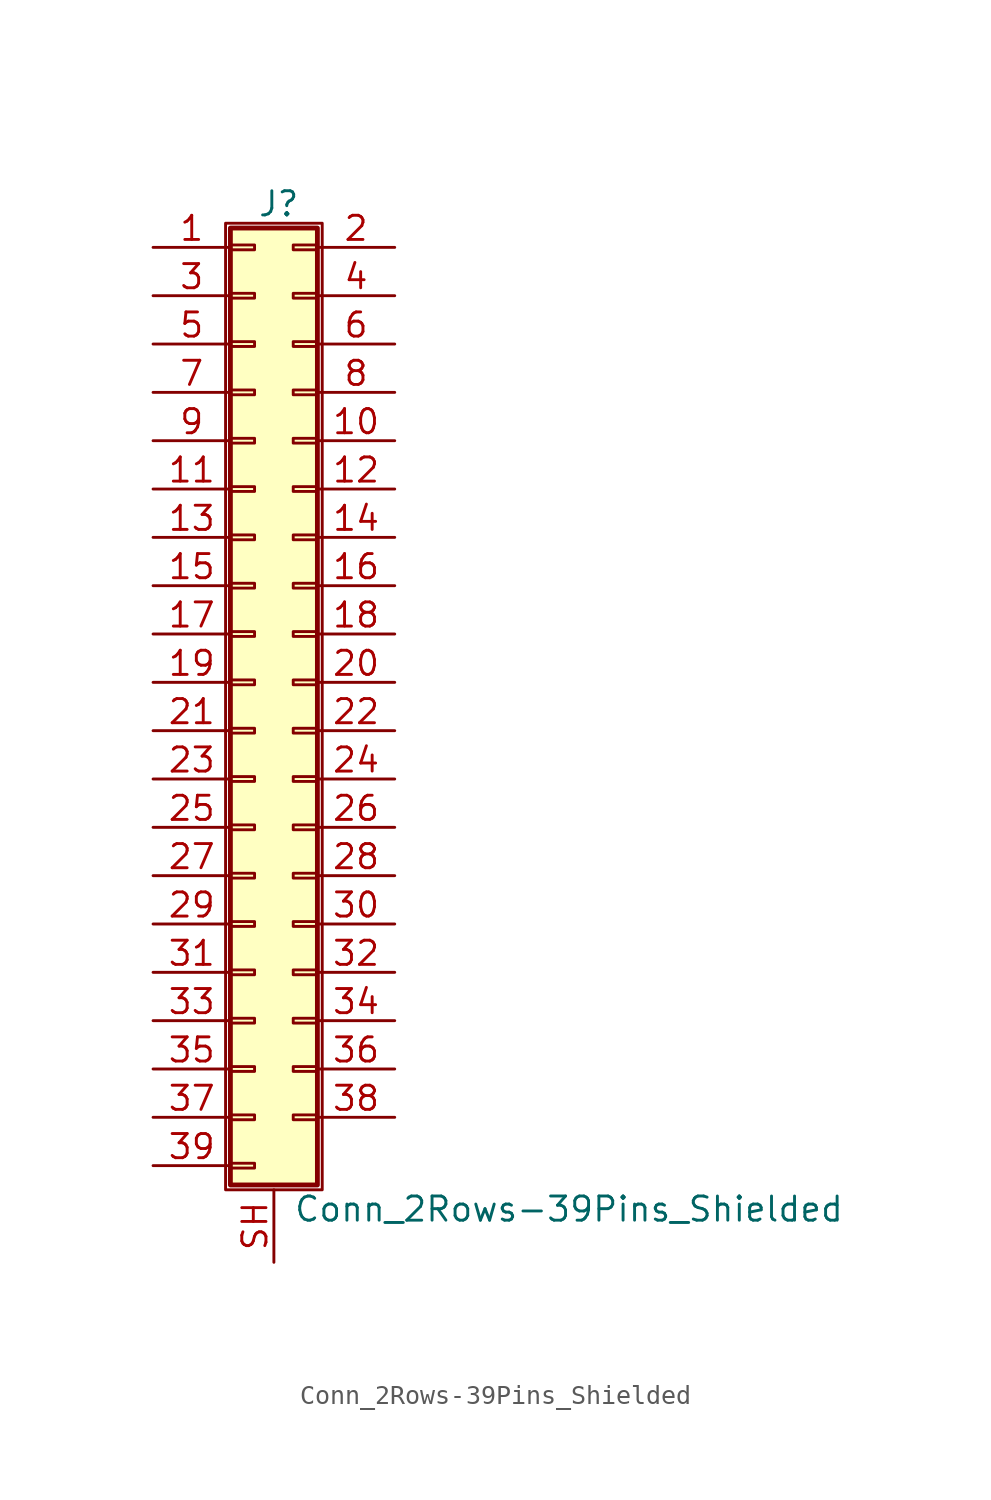
<source format=kicad_sym>
(kicad_symbol_lib
  (version 20220914)
  (generator kicad_symbol_editor)
  (symbol "Conn_2Rows-39Pins_Shielded"
    (pin_names
      (offset 1.016) hide)
    (property "Reference" "J"
      (at 1.524 25.146 0)
      (effects (font (size 1.27 1.27))))
    (property "Value" "Conn_2Rows-39Pins_Shielded"
      (at 2.286 -27.686 0)
      (effects (font (size 1.27 1.27)) (justify left)))
    (symbol "Conn_2Rows-39Pins_Shielded_1_1"
      (rectangle (start -1.27 24.13) (end 3.81 -26.67) (stroke (width 0.152) (type default)) (fill (type none)))
      (rectangle (start -1.016 -25.273) (end 0.254 -25.527) (stroke (width 0.152) (type default)) (fill (type none)))
      (rectangle (start -1.016 -22.733) (end 0.254 -22.987) (stroke (width 0.152) (type default)) (fill (type none)))
      (rectangle (start -1.016 -20.193) (end 0.254 -20.447) (stroke (width 0.152) (type default)) (fill (type none)))
      (rectangle (start -1.016 -17.653) (end 0.254 -17.907) (stroke (width 0.152) (type default)) (fill (type none)))
      (rectangle (start -1.016 -15.113) (end 0.254 -15.367) (stroke (width 0.152) (type default)) (fill (type none)))
      (rectangle (start -1.016 -12.573) (end 0.254 -12.827) (stroke (width 0.152) (type default)) (fill (type none)))
      (rectangle (start -1.016 -10.033) (end 0.254 -10.287) (stroke (width 0.152) (type default)) (fill (type none)))
      (rectangle (start -1.016 -7.493) (end 0.254 -7.747) (stroke (width 0.152) (type default)) (fill (type none)))
      (rectangle (start -1.016 -4.953) (end 0.254 -5.207) (stroke (width 0.152) (type default)) (fill (type none)))
      (rectangle (start -1.016 -2.413) (end 0.254 -2.667) (stroke (width 0.152) (type default)) (fill (type none)))
      (rectangle (start -1.016 0.127) (end 0.254 -0.127) (stroke (width 0.152) (type default)) (fill (type none)))
      (rectangle (start -1.016 2.667) (end 0.254 2.413) (stroke (width 0.152) (type default)) (fill (type none)))
      (rectangle (start -1.016 5.207) (end 0.254 4.953) (stroke (width 0.152) (type default)) (fill (type none)))
      (rectangle (start -1.016 7.747) (end 0.254 7.493) (stroke (width 0.152) (type default)) (fill (type none)))
      (rectangle (start -1.016 10.287) (end 0.254 10.033) (stroke (width 0.152) (type default)) (fill (type none)))
      (rectangle (start -1.016 12.827) (end 0.254 12.573) (stroke (width 0.152) (type default)) (fill (type none)))
      (rectangle (start -1.016 15.367) (end 0.254 15.113) (stroke (width 0.152) (type default)) (fill (type none)))
      (rectangle (start -1.016 17.907) (end 0.254 17.653) (stroke (width 0.152) (type default)) (fill (type none)))
      (rectangle (start -1.016 20.447) (end 0.254 20.193) (stroke (width 0.152) (type default)) (fill (type none)))
      (rectangle (start -1.016 22.987) (end 0.254 22.733) (stroke (width 0.152) (type default)) (fill (type none)))
      (rectangle (start -1.016 23.876) (end 3.556 -26.416) (stroke (width 0.254) (type default)) (fill (type background)))
      (rectangle (start 3.556 -22.733) (end 2.286 -22.987) (stroke (width 0.152) (type default)) (fill (type none)))
      (rectangle (start 3.556 -20.193) (end 2.286 -20.447) (stroke (width 0.152) (type default)) (fill (type none)))
      (rectangle (start 3.556 -17.653) (end 2.286 -17.907) (stroke (width 0.152) (type default)) (fill (type none)))
      (rectangle (start 3.556 -15.113) (end 2.286 -15.367) (stroke (width 0.152) (type default)) (fill (type none)))
      (rectangle (start 3.556 -12.573) (end 2.286 -12.827) (stroke (width 0.152) (type default)) (fill (type none)))
      (rectangle (start 3.556 -10.033) (end 2.286 -10.287) (stroke (width 0.152) (type default)) (fill (type none)))
      (rectangle (start 3.556 -7.493) (end 2.286 -7.747) (stroke (width 0.152) (type default)) (fill (type none)))
      (rectangle (start 3.556 -4.953) (end 2.286 -5.207) (stroke (width 0.152) (type default)) (fill (type none)))
      (rectangle (start 3.556 -2.413) (end 2.286 -2.667) (stroke (width 0.152) (type default)) (fill (type none)))
      (rectangle (start 3.556 0.127) (end 2.286 -0.127) (stroke (width 0.152) (type default)) (fill (type none)))
      (rectangle (start 3.556 2.667) (end 2.286 2.413) (stroke (width 0.152) (type default)) (fill (type none)))
      (rectangle (start 3.556 5.207) (end 2.286 4.953) (stroke (width 0.152) (type default)) (fill (type none)))
      (rectangle (start 3.556 7.747) (end 2.286 7.493) (stroke (width 0.152) (type default)) (fill (type none)))
      (rectangle (start 3.556 10.287) (end 2.286 10.033) (stroke (width 0.152) (type default)) (fill (type none)))
      (rectangle (start 3.556 12.827) (end 2.286 12.573) (stroke (width 0.152) (type default)) (fill (type none)))
      (rectangle (start 3.556 15.367) (end 2.286 15.113) (stroke (width 0.152) (type default)) (fill (type none)))
      (rectangle (start 3.556 17.907) (end 2.286 17.653) (stroke (width 0.152) (type default)) (fill (type none)))
      (rectangle (start 3.556 20.447) (end 2.286 20.193) (stroke (width 0.152) (type default)) (fill (type none)))
      (rectangle (start 3.556 22.987) (end 2.286 22.733) (stroke (width 0.152) (type default)) (fill (type none)))
      (pin passive line (at -5.08 22.86 0) (length 4.064) (name "Pin_1" (effects (font (size 1.27 1.27)))) (number "1" (effects (font (size 1.27 1.27)))))
      (pin passive line (at 7.62 12.7 180) (length 4.064) (name "Pin_10" (effects (font (size 1.27 1.27)))) (number "10" (effects (font (size 1.27 1.27)))))
      (pin passive line (at -5.08 10.16 0) (length 4.064) (name "Pin_11" (effects (font (size 1.27 1.27)))) (number "11" (effects (font (size 1.27 1.27)))))
      (pin passive line (at 7.62 10.16 180) (length 4.064) (name "Pin_12" (effects (font (size 1.27 1.27)))) (number "12" (effects (font (size 1.27 1.27)))))
      (pin passive line (at -5.08 7.62 0) (length 4.064) (name "Pin_13" (effects (font (size 1.27 1.27)))) (number "13" (effects (font (size 1.27 1.27)))))
      (pin passive line (at 7.62 7.62 180) (length 4.064) (name "Pin_14" (effects (font (size 1.27 1.27)))) (number "14" (effects (font (size 1.27 1.27)))))
      (pin passive line (at -5.08 5.08 0) (length 4.064) (name "Pin_15" (effects (font (size 1.27 1.27)))) (number "15" (effects (font (size 1.27 1.27)))))
      (pin passive line (at 7.62 5.08 180) (length 4.064) (name "Pin_16" (effects (font (size 1.27 1.27)))) (number "16" (effects (font (size 1.27 1.27)))))
      (pin passive line (at -5.08 2.54 0) (length 4.064) (name "Pin_17" (effects (font (size 1.27 1.27)))) (number "17" (effects (font (size 1.27 1.27)))))
      (pin passive line (at 7.62 2.54 180) (length 4.064) (name "Pin_18" (effects (font (size 1.27 1.27)))) (number "18" (effects (font (size 1.27 1.27)))))
      (pin passive line (at -5.08 0 0) (length 4.064) (name "Pin_19" (effects (font (size 1.27 1.27)))) (number "19" (effects (font (size 1.27 1.27)))))
      (pin passive line (at 7.62 22.86 180) (length 4.064) (name "Pin_2" (effects (font (size 1.27 1.27)))) (number "2" (effects (font (size 1.27 1.27)))))
      (pin passive line (at 7.62 0 180) (length 4.064) (name "Pin_20" (effects (font (size 1.27 1.27)))) (number "20" (effects (font (size 1.27 1.27)))))
      (pin passive line (at -5.08 -2.54 0) (length 4.064) (name "Pin_21" (effects (font (size 1.27 1.27)))) (number "21" (effects (font (size 1.27 1.27)))))
      (pin passive line (at 7.62 -2.54 180) (length 4.064) (name "Pin_22" (effects (font (size 1.27 1.27)))) (number "22" (effects (font (size 1.27 1.27)))))
      (pin passive line (at -5.08 -5.08 0) (length 4.064) (name "Pin_23" (effects (font (size 1.27 1.27)))) (number "23" (effects (font (size 1.27 1.27)))))
      (pin passive line (at 7.62 -5.08 180) (length 4.064) (name "Pin_24" (effects (font (size 1.27 1.27)))) (number "24" (effects (font (size 1.27 1.27)))))
      (pin passive line (at -5.08 -7.62 0) (length 4.064) (name "Pin_25" (effects (font (size 1.27 1.27)))) (number "25" (effects (font (size 1.27 1.27)))))
      (pin passive line (at 7.62 -7.62 180) (length 4.064) (name "Pin_26" (effects (font (size 1.27 1.27)))) (number "26" (effects (font (size 1.27 1.27)))))
      (pin passive line (at -5.08 -10.16 0) (length 4.064) (name "Pin_27" (effects (font (size 1.27 1.27)))) (number "27" (effects (font (size 1.27 1.27)))))
      (pin passive line (at 7.62 -10.16 180) (length 4.064) (name "Pin_28" (effects (font (size 1.27 1.27)))) (number "28" (effects (font (size 1.27 1.27)))))
      (pin passive line (at -5.08 -12.7 0) (length 4.064) (name "Pin_29" (effects (font (size 1.27 1.27)))) (number "29" (effects (font (size 1.27 1.27)))))
      (pin passive line (at -5.08 20.32 0) (length 4.064) (name "Pin_3" (effects (font (size 1.27 1.27)))) (number "3" (effects (font (size 1.27 1.27)))))
      (pin passive line (at 7.62 -12.7 180) (length 4.064) (name "Pin_30" (effects (font (size 1.27 1.27)))) (number "30" (effects (font (size 1.27 1.27)))))
      (pin passive line (at -5.08 -15.24 0) (length 4.064) (name "Pin_31" (effects (font (size 1.27 1.27)))) (number "31" (effects (font (size 1.27 1.27)))))
      (pin passive line (at 7.62 -15.24 180) (length 4.064) (name "Pin_32" (effects (font (size 1.27 1.27)))) (number "32" (effects (font (size 1.27 1.27)))))
      (pin passive line (at -5.08 -17.78 0) (length 4.064) (name "Pin_33" (effects (font (size 1.27 1.27)))) (number "33" (effects (font (size 1.27 1.27)))))
      (pin passive line (at 7.62 -17.78 180) (length 4.064) (name "Pin_34" (effects (font (size 1.27 1.27)))) (number "34" (effects (font (size 1.27 1.27)))))
      (pin passive line (at -5.08 -20.32 0) (length 4.064) (name "Pin_35" (effects (font (size 1.27 1.27)))) (number "35" (effects (font (size 1.27 1.27)))))
      (pin passive line (at 7.62 -20.32 180) (length 4.064) (name "Pin_36" (effects (font (size 1.27 1.27)))) (number "36" (effects (font (size 1.27 1.27)))))
      (pin passive line (at -5.08 -22.86 0) (length 4.064) (name "Pin_37" (effects (font (size 1.27 1.27)))) (number "37" (effects (font (size 1.27 1.27)))))
      (pin passive line (at 7.62 -22.86 180) (length 4.064) (name "Pin_38" (effects (font (size 1.27 1.27)))) (number "38" (effects (font (size 1.27 1.27)))))
      (pin passive line (at -5.08 -25.4 0) (length 4.064) (name "Pin_39" (effects (font (size 1.27 1.27)))) (number "39" (effects (font (size 1.27 1.27)))))
      (pin passive line (at 7.62 20.32 180) (length 4.064) (name "Pin_4" (effects (font (size 1.27 1.27)))) (number "4" (effects (font (size 1.27 1.27)))))
      (pin passive line (at -5.08 17.78 0) (length 4.064) (name "Pin_5" (effects (font (size 1.27 1.27)))) (number "5" (effects (font (size 1.27 1.27)))))
      (pin passive line (at 7.62 17.78 180) (length 4.064) (name "Pin_6" (effects (font (size 1.27 1.27)))) (number "6" (effects (font (size 1.27 1.27)))))
      (pin passive line (at -5.08 15.24 0) (length 4.064) (name "Pin_7" (effects (font (size 1.27 1.27)))) (number "7" (effects (font (size 1.27 1.27)))))
      (pin passive line (at 7.62 15.24 180) (length 4.064) (name "Pin_8" (effects (font (size 1.27 1.27)))) (number "8" (effects (font (size 1.27 1.27)))))
      (pin passive line (at -5.08 12.7 0) (length 4.064) (name "Pin_9" (effects (font (size 1.27 1.27)))) (number "9" (effects (font (size 1.27 1.27)))))
      (pin passive line (at 1.27 -30.48 90) (length 3.81) (name "Shield" (effects (font (size 1.27 1.27)))) (number "SH" (effects (font (size 1.27 1.27))))))))
</source>
